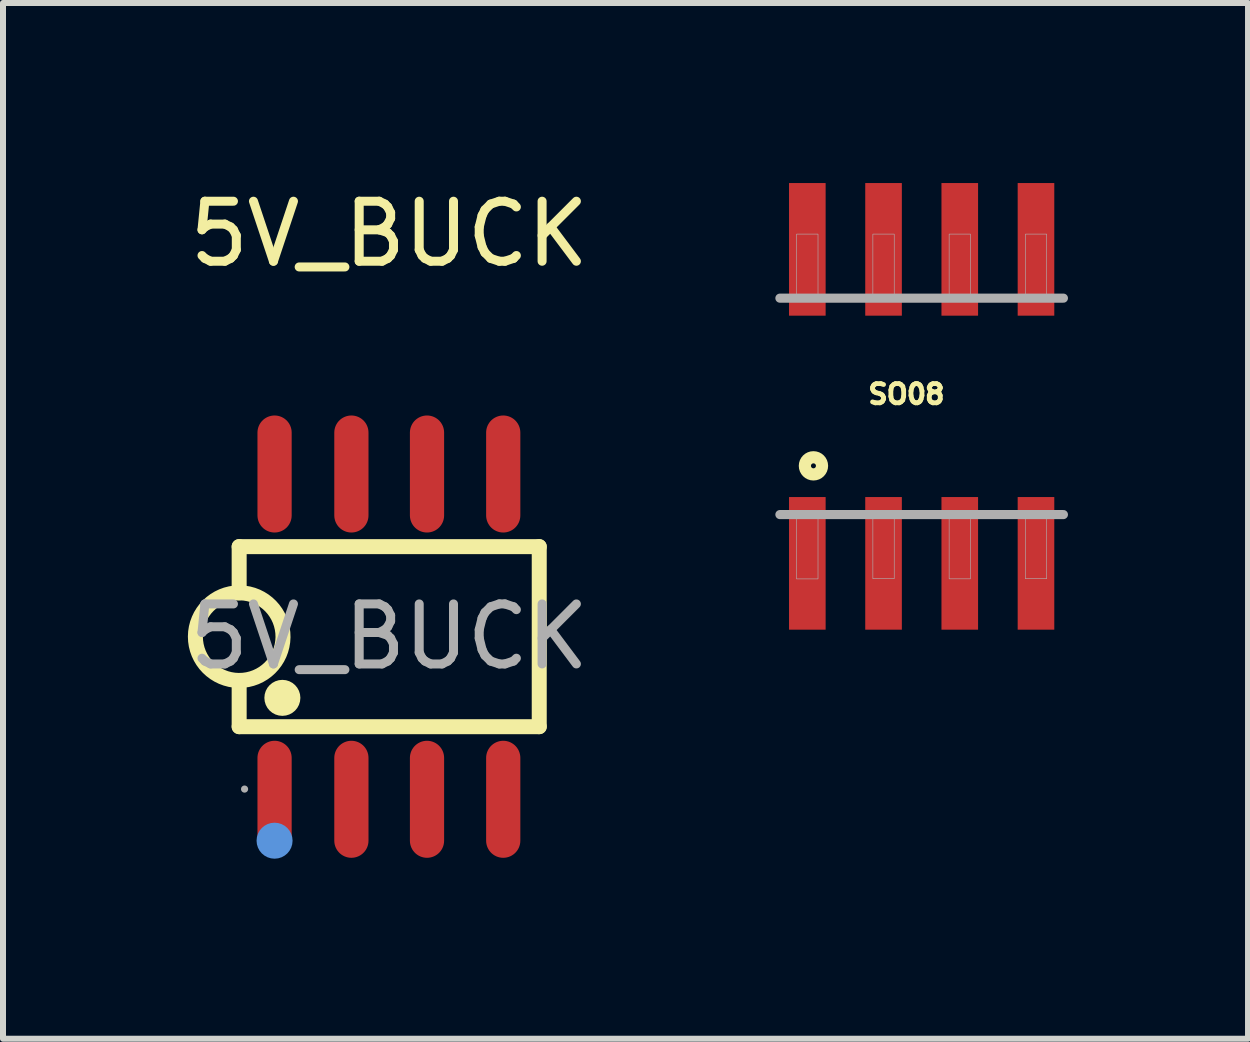
<source format=kicad_pcb>
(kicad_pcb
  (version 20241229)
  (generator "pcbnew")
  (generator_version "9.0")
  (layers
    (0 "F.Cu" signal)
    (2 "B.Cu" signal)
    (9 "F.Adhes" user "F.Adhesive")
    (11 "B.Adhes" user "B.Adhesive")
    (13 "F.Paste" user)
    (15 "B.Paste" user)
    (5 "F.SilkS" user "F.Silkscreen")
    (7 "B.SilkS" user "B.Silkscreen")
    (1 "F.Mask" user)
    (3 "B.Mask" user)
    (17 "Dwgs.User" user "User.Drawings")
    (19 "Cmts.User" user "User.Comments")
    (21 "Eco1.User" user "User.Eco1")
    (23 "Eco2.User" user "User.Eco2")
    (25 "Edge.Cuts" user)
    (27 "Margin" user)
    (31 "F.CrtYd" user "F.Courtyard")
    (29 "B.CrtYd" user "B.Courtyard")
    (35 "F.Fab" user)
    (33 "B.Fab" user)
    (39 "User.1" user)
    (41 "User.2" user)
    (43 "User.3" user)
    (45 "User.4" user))
  (footprint "5V_BUCK"
    (layer "F.Cu")
    (at 3.435 7.558)
    (property "Reference" "5V_BUCK" (at 0 -6.71 0) (layer "F.SilkS") (effects (font (size 1 1) (thickness 0.15))))
    (attr smd)
    (fp_line (start -2.5 -1.5) (end -2.5 -0.73) (stroke (width 0.25) (type solid)) (layer "F.SilkS"))
    (fp_line (start -2.5 -1.5) (end 2.5 -1.5) (stroke (width 0.25) (type solid)) (layer "F.SilkS"))
    (fp_line (start -2.5 1.5) (end -2.5 0.73) (stroke (width 0.25) (type solid)) (layer "F.SilkS"))
    (fp_line (start -2.5 1.5) (end 2.5 1.5) (stroke (width 0.25) (type solid)) (layer "F.SilkS"))
    (fp_line (start 2.5 -1.5) (end 2.5 1.5) (stroke (width 0.25) (type solid)) (layer "F.SilkS"))
    (fp_arc (start -2.48726 -0.729889) (mid -2.50637 0.729972) (end -2.5 -0.73) (stroke (width 0.25) (type solid)) (layer "F.SilkS"))
    (fp_circle (center -1.78 1.02) (end -1.63 1.02) (stroke (width 0.3) (type solid)) (fill no) (layer "F.SilkS"))
    (fp_circle (center -1.91 3.4) (end -1.76 3.4) (stroke (width 0.3) (type solid)) (fill no) (layer "Cmts.User"))
    (fp_circle (center -2.41 2.54) (end -2.38 2.54) (stroke (width 0.06) (type solid)) (fill no) (layer "F.Fab"))
    (fp_text user "${REFERENCE}" (at 0 0 0) (layer "F.Fab") (effects (font (size 1 1) (thickness 0.15))))
    (pad "1" smd oval (at -1.91 2.71) (size 0.57 1.95) (layers "F.Cu" "F.Mask" "F.Paste"))
    (pad "2" smd oval (at -0.63 2.71) (size 0.57 1.95) (layers "F.Cu" "F.Mask" "F.Paste"))
    (pad "3" smd oval (at 0.63 2.71) (size 0.57 1.95) (layers "F.Cu" "F.Mask" "F.Paste"))
    (pad "4" smd oval (at 1.9 2.71) (size 0.57 1.95) (layers "F.Cu" "F.Mask" "F.Paste"))
    (pad "5" smd oval (at 1.9 -2.71) (size 0.57 1.95) (layers "F.Cu" "F.Mask" "F.Paste"))
    (pad "6" smd oval (at 0.63 -2.71) (size 0.57 1.95) (layers "F.Cu" "F.Mask" "F.Paste"))
    (pad "7" smd oval (at -0.63 -2.71) (size 0.57 1.95) (layers "F.Cu" "F.Mask" "F.Paste"))
    (pad "8" smd oval (at -1.91 -2.71) (size 0.57 1.95) (layers "F.Cu" "F.Mask" "F.Paste")))
  (footprint "SO08"
    (layer "F.Cu")
    (at 12.307 3.721)
    (property "Reference" "SO08" (at -0.254 -0.203 0) (layer "F.SilkS") (effects (font (size 0.32 0.32) (thickness 0.15))))
    (attr smd)
    (fp_circle (center -1.803 0.991) (end -1.66 0.991) (stroke (width 0.203) (type solid)) (fill no) (layer "F.SilkS"))
    (fp_line (start -2.362 1.803) (end 2.362 1.803) (stroke (width 0.152) (type solid)) (layer "F.Fab"))
    (fp_line (start 2.362 -1.803) (end -2.362 -1.803) (stroke (width 0.152) (type solid)) (layer "F.Fab"))
    (fp_poly (pts (xy -2.086 1.854) (xy -1.727 1.854) (xy -1.727 2.875) (xy -2.086 2.875)) (stroke (width 0.01) (type solid)) (fill no) (layer "F.Fab"))
    (fp_poly (pts (xy -2.084 -2.87) (xy -1.727 -2.87) (xy -1.727 -1.856) (xy -2.084 -1.856)) (stroke (width 0.01) (type solid)) (fill no) (layer "F.Fab"))
    (fp_poly (pts (xy -0.813 -2.87) (xy -0.457 -2.87) (xy -0.457 -1.856) (xy -0.813 -1.856)) (stroke (width 0.01) (type solid)) (fill no) (layer "F.Fab"))
    (fp_poly (pts (xy -0.813 1.854) (xy -0.457 1.854) (xy -0.457 2.872) (xy -0.813 2.872)) (stroke (width 0.01) (type solid)) (fill no) (layer "F.Fab"))
    (fp_poly (pts (xy 0.458 -2.87) (xy 0.813 -2.87) (xy 0.813 -1.856) (xy 0.458 -1.856)) (stroke (width 0.01) (type solid)) (fill no) (layer "F.Fab"))
    (fp_poly (pts (xy 0.458 1.854) (xy 0.813 1.854) (xy 0.813 2.874) (xy 0.458 2.874)) (stroke (width 0.01) (type solid)) (fill no) (layer "F.Fab"))
    (fp_poly (pts (xy 1.728 1.854) (xy 2.083 1.854) (xy 2.083 2.872) (xy 1.728 2.872)) (stroke (width 0.01) (type solid)) (fill no) (layer "F.Fab"))
    (fp_poly (pts (xy 1.729 -2.87) (xy 2.083 -2.87) (xy 2.083 -1.856) (xy 1.729 -1.856)) (stroke (width 0.01) (type solid)) (fill no) (layer "F.Fab"))
    (pad "1" smd rect (at -1.905 2.616) (size 0.61 2.21) (layers "F.Cu" "F.Mask" "F.Paste"))
    (pad "2" smd rect (at -0.635 2.616) (size 0.61 2.21) (layers "F.Cu" "F.Mask" "F.Paste"))
    (pad "3" smd rect (at 0.635 2.616) (size 0.61 2.21) (layers "F.Cu" "F.Mask" "F.Paste"))
    (pad "4" smd rect (at 1.905 2.616) (size 0.61 2.21) (layers "F.Cu" "F.Mask" "F.Paste"))
    (pad "5" smd rect (at 1.905 -2.616) (size 0.61 2.21) (layers "F.Cu" "F.Mask" "F.Paste"))
    (pad "6" smd rect (at 0.635 -2.616) (size 0.61 2.21) (layers "F.Cu" "F.Mask" "F.Paste"))
    (pad "7" smd rect (at -0.635 -2.616) (size 0.61 2.21) (layers "F.Cu" "F.Mask" "F.Paste"))
    (pad "8" smd rect (at -1.905 -2.616) (size 0.61 2.21) (layers "F.Cu" "F.Mask" "F.Paste")))
  (gr_rect
    (start -3 -3)
    (end 17.745 14.258)
    (stroke (width 0.1) (type default))
    (fill no)
    (layer "Edge.Cuts")))
</source>
